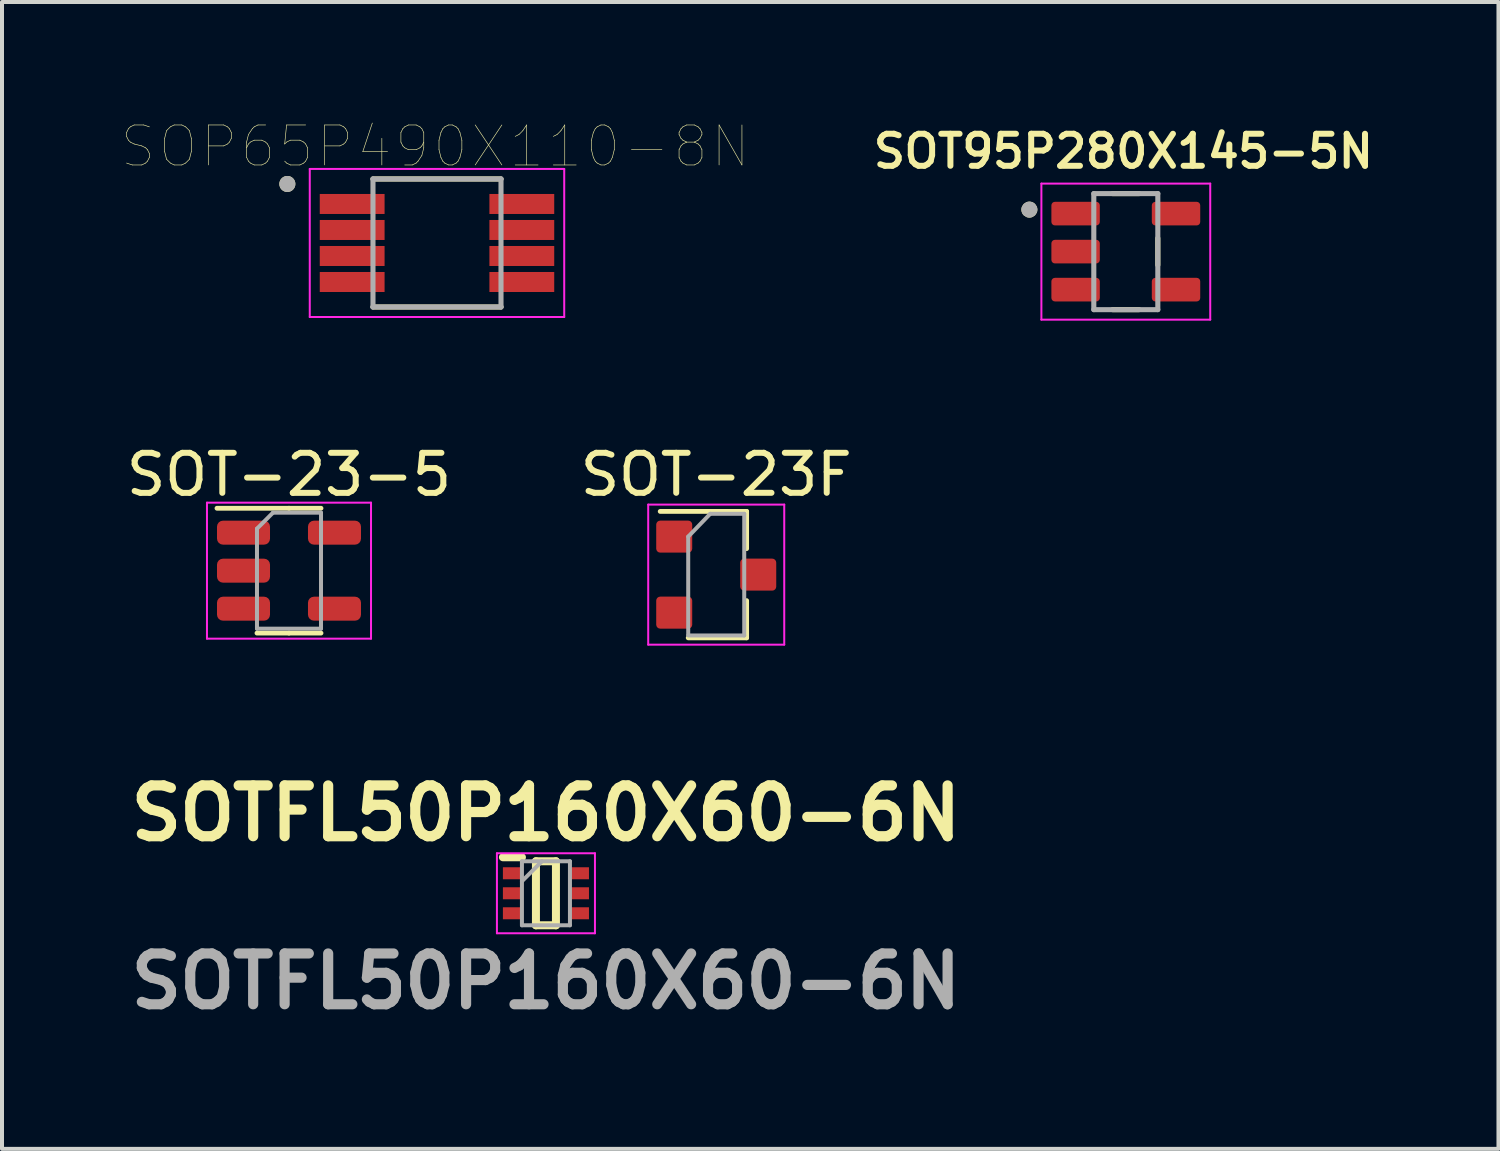
<source format=kicad_pcb>
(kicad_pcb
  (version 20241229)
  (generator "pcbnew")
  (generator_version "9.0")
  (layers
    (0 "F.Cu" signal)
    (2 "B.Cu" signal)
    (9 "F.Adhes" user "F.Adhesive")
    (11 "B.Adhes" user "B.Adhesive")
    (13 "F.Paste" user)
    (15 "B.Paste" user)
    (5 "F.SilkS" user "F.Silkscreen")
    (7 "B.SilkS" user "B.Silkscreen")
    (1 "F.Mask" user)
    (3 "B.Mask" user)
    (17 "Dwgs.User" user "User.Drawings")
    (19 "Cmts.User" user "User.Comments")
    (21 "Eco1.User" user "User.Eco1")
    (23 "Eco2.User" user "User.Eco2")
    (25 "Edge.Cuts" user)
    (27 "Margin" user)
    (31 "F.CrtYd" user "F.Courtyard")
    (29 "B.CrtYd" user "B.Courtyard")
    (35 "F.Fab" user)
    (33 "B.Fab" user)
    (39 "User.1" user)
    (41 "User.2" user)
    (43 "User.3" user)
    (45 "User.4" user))
  (footprint "SOT95P280X145-5N"
    (layer "F.Cu")
    (at 25.088 3.239)
    (property "Reference" "SOT95P280X145-5N" (at -0.06 -2.508 0) (layer "F.SilkS") (effects (font (size 0.8 0.8) (thickness 0.15))))
    (attr smd)
    (fp_line (start -0.33 -1.45) (end 0.33 -1.45) (stroke (width 0.127) (type solid)) (layer "F.SilkS"))
    (fp_line (start 0.33 1.45) (end -0.33 1.45) (stroke (width 0.127) (type solid)) (layer "F.SilkS"))
    (fp_line (start 0.8 -0.335) (end 0.8 0.335) (stroke (width 0.127) (type solid)) (layer "F.SilkS"))
    (fp_circle (center -2.41 -1.05) (end -2.31 -1.05) (stroke (width 0.2) (type solid)) (fill no) (layer "F.SilkS"))
    (fp_line (start -2.11 -1.7) (end 2.11 -1.7) (stroke (width 0.05) (type solid)) (layer "F.CrtYd"))
    (fp_line (start -2.11 1.7) (end -2.11 -1.7) (stroke (width 0.05) (type solid)) (layer "F.CrtYd"))
    (fp_line (start 2.11 -1.7) (end 2.11 1.7) (stroke (width 0.05) (type solid)) (layer "F.CrtYd"))
    (fp_line (start 2.11 1.7) (end -2.11 1.7) (stroke (width 0.05) (type solid)) (layer "F.CrtYd"))
    (fp_line (start -0.8 -1.45) (end 0.8 -1.45) (stroke (width 0.127) (type solid)) (layer "F.Fab"))
    (fp_line (start -0.8 1.45) (end -0.8 -1.45) (stroke (width 0.127) (type solid)) (layer "F.Fab"))
    (fp_line (start 0.8 -1.45) (end 0.8 1.45) (stroke (width 0.127) (type solid)) (layer "F.Fab"))
    (fp_line (start 0.8 1.45) (end -0.8 1.45) (stroke (width 0.127) (type solid)) (layer "F.Fab"))
    (fp_circle (center -2.41 -1.05) (end -2.31 -1.05) (stroke (width 0.2) (type solid)) (fill no) (layer "F.Fab"))
    (pad "1" smd roundrect (at -1.255 -0.95) (size 1.21 0.59) (layers "F.Cu" "F.Mask" "F.Paste") (roundrect_rratio 0.15))
    (pad "2" smd roundrect (at -1.255 0) (size 1.21 0.59) (layers "F.Cu" "F.Mask" "F.Paste") (roundrect_rratio 0.15))
    (pad "3" smd roundrect (at -1.255 0.95) (size 1.21 0.59) (layers "F.Cu" "F.Mask" "F.Paste") (roundrect_rratio 0.15))
    (pad "4" smd roundrect (at 1.255 0.95) (size 1.21 0.59) (layers "F.Cu" "F.Mask" "F.Paste") (roundrect_rratio 0.15))
    (pad "5" smd roundrect (at 1.255 -0.95) (size 1.21 0.59) (layers "F.Cu" "F.Mask" "F.Paste") (roundrect_rratio 0.15)))
  (footprint "SOT-23-5"
    (layer "F.Cu")
    (at 4.173 11.213)
    (property "Reference" "SOT-23-5" (at 0 -2.4 0) (layer "F.SilkS") (effects (font (size 1 1) (thickness 0.15))))
    (attr smd)
    (fp_line (start 0 -1.56) (end -1.8 -1.56) (stroke (width 0.12) (type solid)) (layer "F.SilkS"))
    (fp_line (start 0 -1.56) (end 0.8 -1.56) (stroke (width 0.12) (type solid)) (layer "F.SilkS"))
    (fp_line (start 0 1.56) (end -0.8 1.56) (stroke (width 0.12) (type solid)) (layer "F.SilkS"))
    (fp_line (start 0 1.56) (end 0.8 1.56) (stroke (width 0.12) (type solid)) (layer "F.SilkS"))
    (fp_line (start -2.05 -1.7) (end -2.05 1.7) (stroke (width 0.05) (type solid)) (layer "F.CrtYd"))
    (fp_line (start -2.05 1.7) (end 2.05 1.7) (stroke (width 0.05) (type solid)) (layer "F.CrtYd"))
    (fp_line (start 2.05 -1.7) (end -2.05 -1.7) (stroke (width 0.05) (type solid)) (layer "F.CrtYd"))
    (fp_line (start 2.05 1.7) (end 2.05 -1.7) (stroke (width 0.05) (type solid)) (layer "F.CrtYd"))
    (fp_line (start -0.8 -1.05) (end -0.4 -1.45) (stroke (width 0.1) (type solid)) (layer "F.Fab"))
    (fp_line (start -0.8 1.45) (end -0.8 -1.05) (stroke (width 0.1) (type solid)) (layer "F.Fab"))
    (fp_line (start -0.4 -1.45) (end 0.8 -1.45) (stroke (width 0.1) (type solid)) (layer "F.Fab"))
    (fp_line (start 0.8 -1.45) (end 0.8 1.45) (stroke (width 0.1) (type solid)) (layer "F.Fab"))
    (fp_line (start 0.8 1.45) (end -0.8 1.45) (stroke (width 0.1) (type solid)) (layer "F.Fab"))
    (pad "1" smd roundrect (at -1.137 -0.95) (size 1.325 0.6) (layers "F.Cu" "F.Mask" "F.Paste") (roundrect_rratio 0.25))
    (pad "2" smd roundrect (at -1.137 0) (size 1.325 0.6) (layers "F.Cu" "F.Mask" "F.Paste") (roundrect_rratio 0.25))
    (pad "3" smd roundrect (at -1.137 0.95) (size 1.325 0.6) (layers "F.Cu" "F.Mask" "F.Paste") (roundrect_rratio 0.25))
    (pad "4" smd roundrect (at 1.137 0.95) (size 1.325 0.6) (layers "F.Cu" "F.Mask" "F.Paste") (roundrect_rratio 0.25))
    (pad "5" smd roundrect (at 1.137 -0.95) (size 1.325 0.6) (layers "F.Cu" "F.Mask" "F.Paste") (roundrect_rratio 0.25)))
  (footprint "SOTFL50P160X60-6N"
    (layer "F.Cu")
    (at 10.595 19.276)
    (property "Reference" "SOTFL50P160X60-6N" (at 0 -2 0) (layer "F.SilkS") (effects (font (size 1.27 1.27) (thickness 0.254))))
    (attr smd)
    (fp_line (start -1.075 -0.9) (end -0.6 -0.9) (stroke (width 0.2) (type solid)) (layer "F.SilkS"))
    (fp_line (start -0.25 -0.8) (end 0.25 -0.8) (stroke (width 0.2) (type solid)) (layer "F.SilkS"))
    (fp_line (start -0.25 0.8) (end -0.25 -0.8) (stroke (width 0.2) (type solid)) (layer "F.SilkS"))
    (fp_line (start 0.25 -0.8) (end 0.25 0.8) (stroke (width 0.2) (type solid)) (layer "F.SilkS"))
    (fp_line (start 0.25 0.8) (end -0.25 0.8) (stroke (width 0.2) (type solid)) (layer "F.SilkS"))
    (fp_line (start -1.225 -1) (end 1.225 -1) (stroke (width 0.05) (type solid)) (layer "F.CrtYd"))
    (fp_line (start -1.225 1) (end -1.225 -1) (stroke (width 0.05) (type solid)) (layer "F.CrtYd"))
    (fp_line (start 1.225 -1) (end 1.225 1) (stroke (width 0.05) (type solid)) (layer "F.CrtYd"))
    (fp_line (start 1.225 1) (end -1.225 1) (stroke (width 0.05) (type solid)) (layer "F.CrtYd"))
    (fp_line (start -0.6 -0.8) (end 0.6 -0.8) (stroke (width 0.1) (type solid)) (layer "F.Fab"))
    (fp_line (start -0.6 -0.3) (end -0.1 -0.8) (stroke (width 0.1) (type solid)) (layer "F.Fab"))
    (fp_line (start -0.6 0.8) (end -0.6 -0.8) (stroke (width 0.1) (type solid)) (layer "F.Fab"))
    (fp_line (start 0.6 -0.8) (end 0.6 0.8) (stroke (width 0.1) (type solid)) (layer "F.Fab"))
    (fp_line (start 0.6 0.8) (end -0.6 0.8) (stroke (width 0.1) (type solid)) (layer "F.Fab"))
    (fp_text user "${REFERENCE}" (at 0 2.2 0) (layer "F.Fab") (effects (font (size 1.27 1.27) (thickness 0.254))))
    (pad "1" smd rect (at -0.838 -0.5 90) (size 0.3 0.475) (layers "F.Cu" "F.Mask" "F.Paste"))
    (pad "2" smd rect (at -0.838 0 90) (size 0.3 0.475) (layers "F.Cu" "F.Mask" "F.Paste"))
    (pad "3" smd rect (at -0.838 0.5 90) (size 0.3 0.475) (layers "F.Cu" "F.Mask" "F.Paste"))
    (pad "4" smd rect (at 0.838 0.5 90) (size 0.3 0.475) (layers "F.Cu" "F.Mask" "F.Paste"))
    (pad "5" smd rect (at 0.838 0 90) (size 0.3 0.475) (layers "F.Cu" "F.Mask" "F.Paste"))
    (pad "6" smd rect (at 0.838 -0.5 90) (size 0.3 0.475) (layers "F.Cu" "F.Mask" "F.Paste")))
  (footprint "SOT-23F"
    (layer "F.Cu")
    (at 14.851 11.312)
    (property "Reference" "SOT-23F" (at 0 -2.5 0) (layer "F.SilkS") (effects (font (size 1 1) (thickness 0.15))))
    (attr smd)
    (fp_line (start 0.76 -1.58) (end -1.4 -1.58) (stroke (width 0.12) (type solid)) (layer "F.SilkS"))
    (fp_line (start 0.76 -1.58) (end 0.76 -0.65) (stroke (width 0.12) (type solid)) (layer "F.SilkS"))
    (fp_line (start 0.76 1.58) (end -0.7 1.58) (stroke (width 0.12) (type solid)) (layer "F.SilkS"))
    (fp_line (start 0.76 1.58) (end 0.76 0.65) (stroke (width 0.12) (type solid)) (layer "F.SilkS"))
    (fp_line (start -1.7 -1.75) (end 1.7 -1.75) (stroke (width 0.05) (type solid)) (layer "F.CrtYd"))
    (fp_line (start -1.7 1.75) (end -1.7 -1.75) (stroke (width 0.05) (type solid)) (layer "F.CrtYd"))
    (fp_line (start 1.7 -1.75) (end 1.7 1.75) (stroke (width 0.05) (type solid)) (layer "F.CrtYd"))
    (fp_line (start 1.7 1.75) (end -1.7 1.75) (stroke (width 0.05) (type solid)) (layer "F.CrtYd"))
    (fp_line (start -0.7 -0.95) (end -0.7 1.5) (stroke (width 0.1) (type solid)) (layer "F.Fab"))
    (fp_line (start -0.7 -0.95) (end -0.15 -1.52) (stroke (width 0.1) (type solid)) (layer "F.Fab"))
    (fp_line (start -0.7 1.52) (end 0.7 1.52) (stroke (width 0.1) (type solid)) (layer "F.Fab"))
    (fp_line (start -0.15 -1.52) (end 0.7 -1.52) (stroke (width 0.1) (type solid)) (layer "F.Fab"))
    (fp_line (start 0.7 -1.52) (end 0.7 1.52) (stroke (width 0.1) (type solid)) (layer "F.Fab"))
    (pad "1" smd roundrect (at -1.05 -0.95) (size 0.9 0.8) (layers "F.Cu" "F.Mask" "F.Paste") (roundrect_rratio 0.125))
    (pad "2" smd roundrect (at -1.05 0.95) (size 0.9 0.8) (layers "F.Cu" "F.Mask" "F.Paste") (roundrect_rratio 0.125))
    (pad "3" smd roundrect (at 1.05 0) (size 0.9 0.8) (layers "F.Cu" "F.Mask" "F.Paste") (roundrect_rratio 0.125)))
  (footprint "SOP65P490X110-8N"
    (layer "F.Cu")
    (at 7.872 3.023)
    (property "Reference" "SOP65P490X110-8N" (at -0.045 -2.412 0) (layer "F.SilkS") (effects (font (size 1 1) (thickness 0.015))))
    (attr through_hole)
    (fp_line (start -1.6 -1.6) (end 1.6 -1.6) (stroke (width 0.127) (type solid)) (layer "F.SilkS"))
    (fp_line (start -1.6 1.6) (end 1.6 1.6) (stroke (width 0.127) (type solid)) (layer "F.SilkS"))
    (fp_circle (center -3.74 -1.475) (end -3.64 -1.475) (stroke (width 0.2) (type solid)) (fill no) (layer "F.SilkS"))
    (fp_line (start -3.18 -1.85) (end -3.18 1.85) (stroke (width 0.05) (type solid)) (layer "F.CrtYd"))
    (fp_line (start -3.18 -1.85) (end 3.18 -1.85) (stroke (width 0.05) (type solid)) (layer "F.CrtYd"))
    (fp_line (start -3.18 1.85) (end 3.18 1.85) (stroke (width 0.05) (type solid)) (layer "F.CrtYd"))
    (fp_line (start 3.18 -1.85) (end 3.18 1.85) (stroke (width 0.05) (type solid)) (layer "F.CrtYd"))
    (fp_line (start -1.6 -1.6) (end -1.6 1.6) (stroke (width 0.127) (type solid)) (layer "F.Fab"))
    (fp_line (start -1.6 -1.6) (end 1.6 -1.6) (stroke (width 0.127) (type solid)) (layer "F.Fab"))
    (fp_line (start -1.6 1.6) (end 1.6 1.6) (stroke (width 0.127) (type solid)) (layer "F.Fab"))
    (fp_line (start 1.6 -1.6) (end 1.6 1.6) (stroke (width 0.127) (type solid)) (layer "F.Fab"))
    (fp_circle (center -3.74 -1.475) (end -3.64 -1.475) (stroke (width 0.2) (type solid)) (fill no) (layer "F.Fab"))
    (pad "1" smd rect (at -2.12 -0.975) (size 1.62 0.5) (layers "F.Cu" "F.Mask" "F.Paste"))
    (pad "2" smd rect (at -2.12 -0.325) (size 1.62 0.5) (layers "F.Cu" "F.Mask" "F.Paste"))
    (pad "3" smd rect (at -2.12 0.325) (size 1.62 0.5) (layers "F.Cu" "F.Mask" "F.Paste"))
    (pad "4" smd rect (at -2.12 0.975) (size 1.62 0.5) (layers "F.Cu" "F.Mask" "F.Paste"))
    (pad "5" smd rect (at 2.12 0.975) (size 1.62 0.5) (layers "F.Cu" "F.Mask" "F.Paste"))
    (pad "6" smd rect (at 2.12 0.325) (size 1.62 0.5) (layers "F.Cu" "F.Mask" "F.Paste"))
    (pad "7" smd rect (at 2.12 -0.325) (size 1.62 0.5) (layers "F.Cu" "F.Mask" "F.Paste"))
    (pad "8" smd rect (at 2.12 -0.975) (size 1.62 0.5) (layers "F.Cu" "F.Mask" "F.Paste")))
  (gr_rect
    (start -3 -3)
    (end 34.402 25.665)
    (stroke (width 0.1) (type default))
    (fill no)
    (layer "Edge.Cuts")))
</source>
